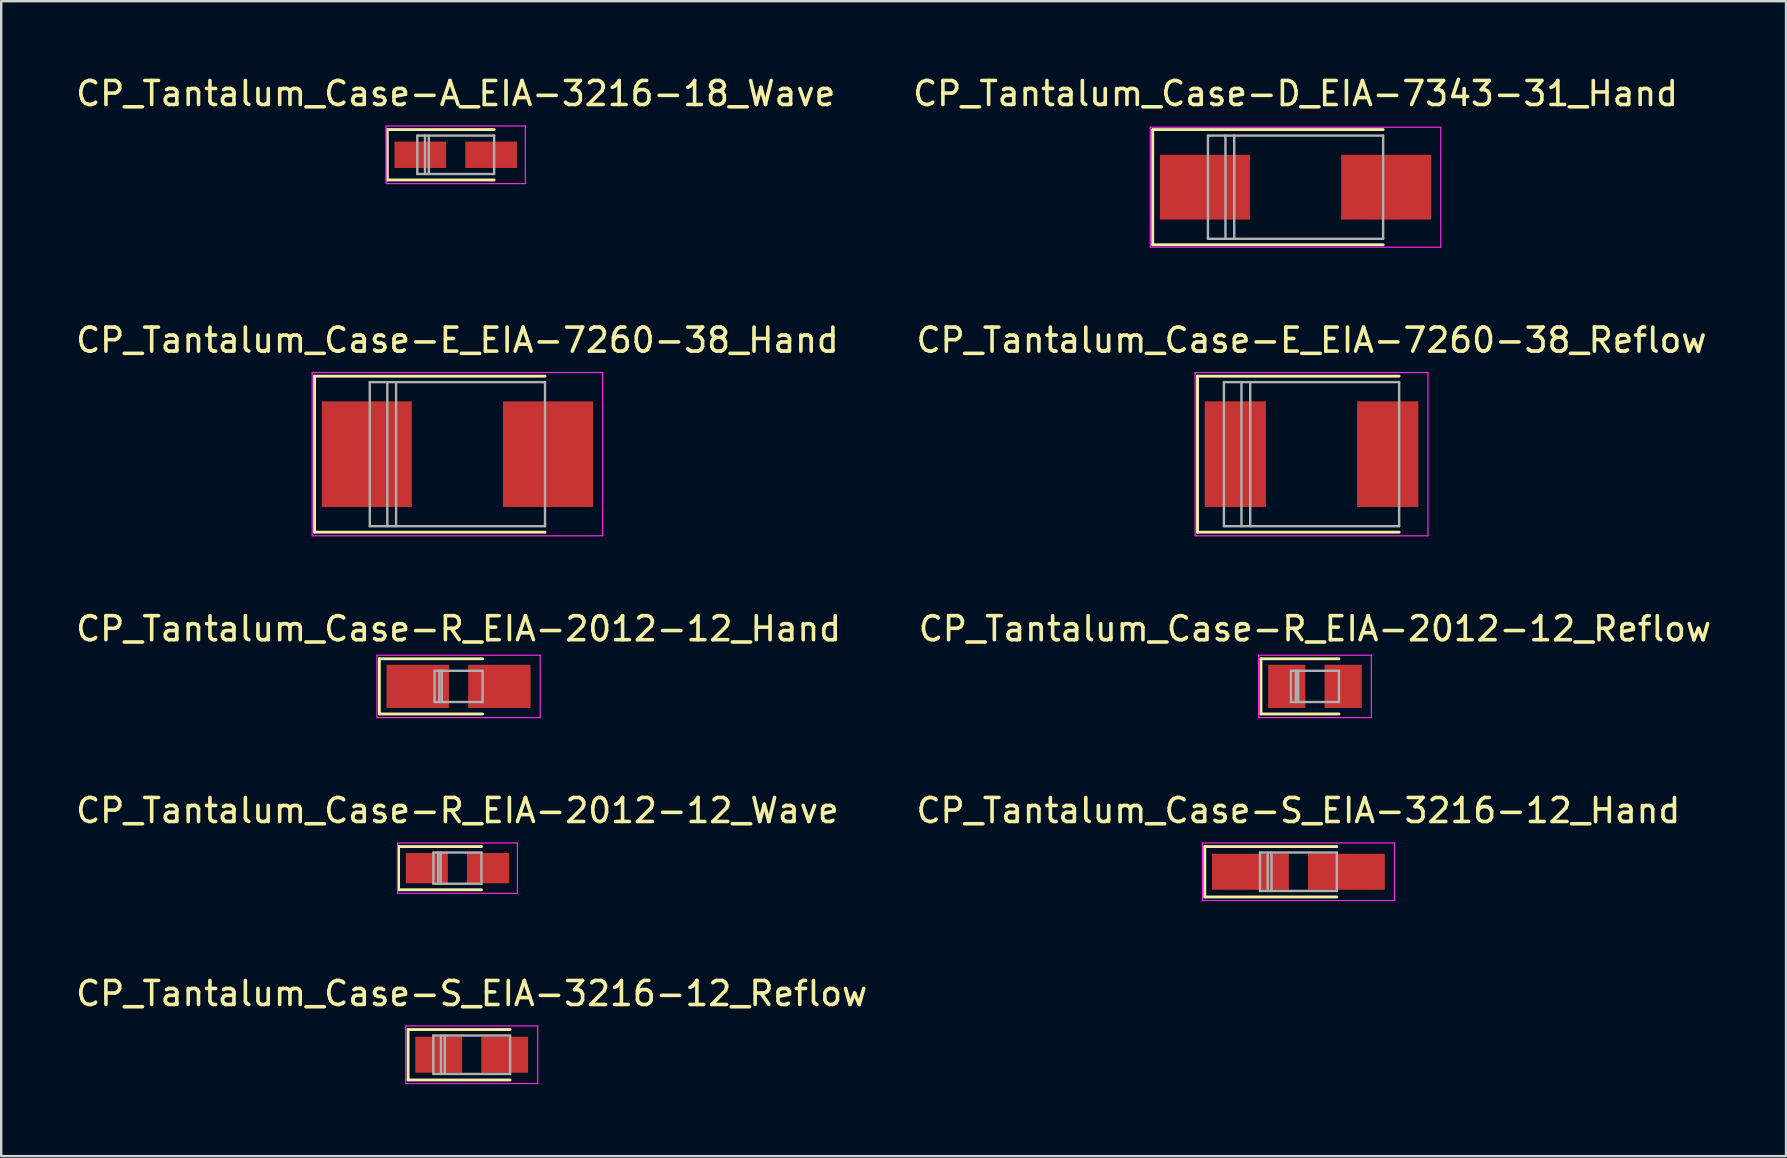
<source format=kicad_pcb>
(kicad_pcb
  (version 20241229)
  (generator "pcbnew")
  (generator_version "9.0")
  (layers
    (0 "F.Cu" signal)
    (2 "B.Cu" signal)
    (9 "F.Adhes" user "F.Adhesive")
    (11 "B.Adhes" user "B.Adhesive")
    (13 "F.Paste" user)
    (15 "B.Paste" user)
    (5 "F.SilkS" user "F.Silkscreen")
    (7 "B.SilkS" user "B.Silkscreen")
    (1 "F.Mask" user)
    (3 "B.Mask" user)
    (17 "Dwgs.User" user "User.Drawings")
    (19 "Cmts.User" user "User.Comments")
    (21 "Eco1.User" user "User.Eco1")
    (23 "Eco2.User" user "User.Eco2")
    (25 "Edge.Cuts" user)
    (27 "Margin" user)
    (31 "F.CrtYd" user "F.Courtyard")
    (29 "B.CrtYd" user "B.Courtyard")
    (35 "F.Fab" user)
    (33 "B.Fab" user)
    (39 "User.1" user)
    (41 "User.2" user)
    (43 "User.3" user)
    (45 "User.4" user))
  (footprint "CP_Tantalum_Case-A_EIA-3216-18_Wave"
    (layer "F.Cu")
    (at 15.935 3.398)
    (property "Reference" "CP_Tantalum_Case-A_EIA-3216-18_Wave" (at 0 -2.55 0) (layer "F.SilkS") (effects (font (size 1 1) (thickness 0.15))))
    (attr smd)
    (fp_line (start -2.85 -1.05) (end -2.85 1.05) (stroke (width 0.12) (type solid)) (layer "F.SilkS"))
    (fp_line (start -2.85 -1.05) (end 1.6 -1.05) (stroke (width 0.12) (type solid)) (layer "F.SilkS"))
    (fp_line (start -2.85 1.05) (end 1.6 1.05) (stroke (width 0.12) (type solid)) (layer "F.SilkS"))
    (fp_line (start -2.9 -1.2) (end -2.9 1.2) (stroke (width 0.05) (type solid)) (layer "F.CrtYd"))
    (fp_line (start -2.9 1.2) (end 2.9 1.2) (stroke (width 0.05) (type solid)) (layer "F.CrtYd"))
    (fp_line (start 2.9 -1.2) (end -2.9 -1.2) (stroke (width 0.05) (type solid)) (layer "F.CrtYd"))
    (fp_line (start 2.9 1.2) (end 2.9 -1.2) (stroke (width 0.05) (type solid)) (layer "F.CrtYd"))
    (fp_line (start -1.6 -0.8) (end -1.6 0.8) (stroke (width 0.1) (type solid)) (layer "F.Fab"))
    (fp_line (start -1.6 0.8) (end 1.6 0.8) (stroke (width 0.1) (type solid)) (layer "F.Fab"))
    (fp_line (start -1.28 -0.8) (end -1.28 0.8) (stroke (width 0.1) (type solid)) (layer "F.Fab"))
    (fp_line (start -1.12 -0.8) (end -1.12 0.8) (stroke (width 0.1) (type solid)) (layer "F.Fab"))
    (fp_line (start 1.6 -0.8) (end -1.6 -0.8) (stroke (width 0.1) (type solid)) (layer "F.Fab"))
    (fp_line (start 1.6 0.8) (end 1.6 -0.8) (stroke (width 0.1) (type solid)) (layer "F.Fab"))
    (pad "1" smd rect (at -1.475 0) (size 2.15 1.1) (layers "F.Cu" "F.Mask" "F.Paste"))
    (pad "2" smd rect (at 1.475 0) (size 2.15 1.1) (layers "F.Cu" "F.Mask" "F.Paste")))
  (footprint "CP_Tantalum_Case-R_EIA-2012-12_Hand"
    (layer "F.Cu")
    (at 16.054 25.545)
    (property "Reference" "CP_Tantalum_Case-R_EIA-2012-12_Hand" (at 0 -2.4 0) (layer "F.SilkS") (effects (font (size 1 1) (thickness 0.15))))
    (attr smd)
    (fp_line (start -3.3 -1.15) (end -3.3 1.15) (stroke (width 0.12) (type solid)) (layer "F.SilkS"))
    (fp_line (start -3.3 -1.15) (end 1 -1.15) (stroke (width 0.12) (type solid)) (layer "F.SilkS"))
    (fp_line (start -3.3 1.15) (end 1 1.15) (stroke (width 0.12) (type solid)) (layer "F.SilkS"))
    (fp_line (start -3.4 -1.3) (end -3.4 1.3) (stroke (width 0.05) (type solid)) (layer "F.CrtYd"))
    (fp_line (start -3.4 1.3) (end 3.4 1.3) (stroke (width 0.05) (type solid)) (layer "F.CrtYd"))
    (fp_line (start 3.4 -1.3) (end -3.4 -1.3) (stroke (width 0.05) (type solid)) (layer "F.CrtYd"))
    (fp_line (start 3.4 1.3) (end 3.4 -1.3) (stroke (width 0.05) (type solid)) (layer "F.CrtYd"))
    (fp_line (start -1 -0.65) (end -1 0.65) (stroke (width 0.1) (type solid)) (layer "F.Fab"))
    (fp_line (start -1 0.65) (end 1 0.65) (stroke (width 0.1) (type solid)) (layer "F.Fab"))
    (fp_line (start -0.8 -0.65) (end -0.8 0.65) (stroke (width 0.1) (type solid)) (layer "F.Fab"))
    (fp_line (start -0.7 -0.65) (end -0.7 0.65) (stroke (width 0.1) (type solid)) (layer "F.Fab"))
    (fp_line (start 1 -0.65) (end -1 -0.65) (stroke (width 0.1) (type solid)) (layer "F.Fab"))
    (fp_line (start 1 0.65) (end 1 -0.65) (stroke (width 0.1) (type solid)) (layer "F.Fab"))
    (pad "1" smd rect (at -1.7 0) (size 2.6 1.8) (layers "F.Cu" "F.Mask" "F.Paste"))
    (pad "2" smd rect (at 1.7 0) (size 2.6 1.8) (layers "F.Cu" "F.Mask" "F.Paste")))
  (footprint "CP_Tantalum_Case-E_EIA-7260-38_Hand"
    (layer "F.Cu")
    (at 16.006 15.871)
    (property "Reference" "CP_Tantalum_Case-E_EIA-7260-38_Hand" (at 0 -4.75 0) (layer "F.SilkS") (effects (font (size 1 1) (thickness 0.15))))
    (attr smd)
    (fp_line (start -5.95 -3.25) (end -5.95 3.25) (stroke (width 0.12) (type solid)) (layer "F.SilkS"))
    (fp_line (start -5.95 -3.25) (end 3.65 -3.25) (stroke (width 0.12) (type solid)) (layer "F.SilkS"))
    (fp_line (start -5.95 3.25) (end 3.65 3.25) (stroke (width 0.12) (type solid)) (layer "F.SilkS"))
    (fp_line (start -6.05 -3.4) (end -6.05 3.4) (stroke (width 0.05) (type solid)) (layer "F.CrtYd"))
    (fp_line (start -6.05 3.4) (end 6.05 3.4) (stroke (width 0.05) (type solid)) (layer "F.CrtYd"))
    (fp_line (start 6.05 -3.4) (end -6.05 -3.4) (stroke (width 0.05) (type solid)) (layer "F.CrtYd"))
    (fp_line (start 6.05 3.4) (end 6.05 -3.4) (stroke (width 0.05) (type solid)) (layer "F.CrtYd"))
    (fp_line (start -3.65 -3) (end -3.65 3) (stroke (width 0.1) (type solid)) (layer "F.Fab"))
    (fp_line (start -3.65 3) (end 3.65 3) (stroke (width 0.1) (type solid)) (layer "F.Fab"))
    (fp_line (start -2.92 -3) (end -2.92 3) (stroke (width 0.1) (type solid)) (layer "F.Fab"))
    (fp_line (start -2.555 -3) (end -2.555 3) (stroke (width 0.1) (type solid)) (layer "F.Fab"))
    (fp_line (start 3.65 -3) (end -3.65 -3) (stroke (width 0.1) (type solid)) (layer "F.Fab"))
    (fp_line (start 3.65 3) (end 3.65 -3) (stroke (width 0.1) (type solid)) (layer "F.Fab"))
    (pad "1" smd rect (at -3.775 0) (size 3.75 4.4) (layers "F.Cu" "F.Mask" "F.Paste"))
    (pad "2" smd rect (at 3.775 0) (size 3.75 4.4) (layers "F.Cu" "F.Mask" "F.Paste")))
  (footprint "CP_Tantalum_Case-S_EIA-3216-12_Hand"
    (layer "F.Cu")
    (at 51.042 33.268)
    (property "Reference" "CP_Tantalum_Case-S_EIA-3216-12_Hand" (at 0 -2.55 0) (layer "F.SilkS") (effects (font (size 1 1) (thickness 0.15))))
    (attr smd)
    (fp_line (start -3.9 -1.05) (end -3.9 1.05) (stroke (width 0.12) (type solid)) (layer "F.SilkS"))
    (fp_line (start -3.9 -1.05) (end 1.6 -1.05) (stroke (width 0.12) (type solid)) (layer "F.SilkS"))
    (fp_line (start -3.9 1.05) (end 1.6 1.05) (stroke (width 0.12) (type solid)) (layer "F.SilkS"))
    (fp_line (start -4 -1.2) (end -4 1.2) (stroke (width 0.05) (type solid)) (layer "F.CrtYd"))
    (fp_line (start -4 1.2) (end 4 1.2) (stroke (width 0.05) (type solid)) (layer "F.CrtYd"))
    (fp_line (start 4 -1.2) (end -4 -1.2) (stroke (width 0.05) (type solid)) (layer "F.CrtYd"))
    (fp_line (start 4 1.2) (end 4 -1.2) (stroke (width 0.05) (type solid)) (layer "F.CrtYd"))
    (fp_line (start -1.6 -0.8) (end -1.6 0.8) (stroke (width 0.1) (type solid)) (layer "F.Fab"))
    (fp_line (start -1.6 0.8) (end 1.6 0.8) (stroke (width 0.1) (type solid)) (layer "F.Fab"))
    (fp_line (start -1.28 -0.8) (end -1.28 0.8) (stroke (width 0.1) (type solid)) (layer "F.Fab"))
    (fp_line (start -1.12 -0.8) (end -1.12 0.8) (stroke (width 0.1) (type solid)) (layer "F.Fab"))
    (fp_line (start 1.6 -0.8) (end -1.6 -0.8) (stroke (width 0.1) (type solid)) (layer "F.Fab"))
    (fp_line (start 1.6 0.8) (end 1.6 -0.8) (stroke (width 0.1) (type solid)) (layer "F.Fab"))
    (pad "1" smd rect (at -2 0) (size 3.2 1.5) (layers "F.Cu" "F.Mask" "F.Paste"))
    (pad "2" smd rect (at 2 0) (size 3.2 1.5) (layers "F.Cu" "F.Mask" "F.Paste")))
  (footprint "CP_Tantalum_Case-R_EIA-2012-12_Wave"
    (layer "F.Cu")
    (at 16.006 33.118)
    (property "Reference" "CP_Tantalum_Case-R_EIA-2012-12_Wave" (at 0 -2.4 0) (layer "F.SilkS") (effects (font (size 1 1) (thickness 0.15))))
    (attr smd)
    (fp_line (start -2.45 -0.9) (end -2.45 0.9) (stroke (width 0.12) (type solid)) (layer "F.SilkS"))
    (fp_line (start -2.45 -0.9) (end 1 -0.9) (stroke (width 0.12) (type solid)) (layer "F.SilkS"))
    (fp_line (start -2.45 0.9) (end 1 0.9) (stroke (width 0.12) (type solid)) (layer "F.SilkS"))
    (fp_line (start -2.5 -1.05) (end -2.5 1.05) (stroke (width 0.05) (type solid)) (layer "F.CrtYd"))
    (fp_line (start -2.5 1.05) (end 2.5 1.05) (stroke (width 0.05) (type solid)) (layer "F.CrtYd"))
    (fp_line (start 2.5 -1.05) (end -2.5 -1.05) (stroke (width 0.05) (type solid)) (layer "F.CrtYd"))
    (fp_line (start 2.5 1.05) (end 2.5 -1.05) (stroke (width 0.05) (type solid)) (layer "F.CrtYd"))
    (fp_line (start -1 -0.65) (end -1 0.65) (stroke (width 0.1) (type solid)) (layer "F.Fab"))
    (fp_line (start -1 0.65) (end 1 0.65) (stroke (width 0.1) (type solid)) (layer "F.Fab"))
    (fp_line (start -0.8 -0.65) (end -0.8 0.65) (stroke (width 0.1) (type solid)) (layer "F.Fab"))
    (fp_line (start -0.7 -0.65) (end -0.7 0.65) (stroke (width 0.1) (type solid)) (layer "F.Fab"))
    (fp_line (start 1 -0.65) (end -1 -0.65) (stroke (width 0.1) (type solid)) (layer "F.Fab"))
    (fp_line (start 1 0.65) (end 1 -0.65) (stroke (width 0.1) (type solid)) (layer "F.Fab"))
    (pad "1" smd rect (at -1.275 0) (size 1.75 1.26) (layers "F.Cu" "F.Mask" "F.Paste"))
    (pad "2" smd rect (at 1.275 0) (size 1.75 1.26) (layers "F.Cu" "F.Mask" "F.Paste")))
  (footprint "CP_Tantalum_Case-E_EIA-7260-38_Reflow"
    (layer "F.Cu")
    (at 51.589 15.871)
    (property "Reference" "CP_Tantalum_Case-E_EIA-7260-38_Reflow" (at 0 -4.75 0) (layer "F.SilkS") (effects (font (size 1 1) (thickness 0.15))))
    (attr smd)
    (fp_line (start -4.75 -3.25) (end -4.75 3.25) (stroke (width 0.12) (type solid)) (layer "F.SilkS"))
    (fp_line (start -4.75 -3.25) (end 3.65 -3.25) (stroke (width 0.12) (type solid)) (layer "F.SilkS"))
    (fp_line (start -4.75 3.25) (end 3.65 3.25) (stroke (width 0.12) (type solid)) (layer "F.SilkS"))
    (fp_line (start -4.85 -3.4) (end -4.85 3.4) (stroke (width 0.05) (type solid)) (layer "F.CrtYd"))
    (fp_line (start -4.85 3.4) (end 4.85 3.4) (stroke (width 0.05) (type solid)) (layer "F.CrtYd"))
    (fp_line (start 4.85 -3.4) (end -4.85 -3.4) (stroke (width 0.05) (type solid)) (layer "F.CrtYd"))
    (fp_line (start 4.85 3.4) (end 4.85 -3.4) (stroke (width 0.05) (type solid)) (layer "F.CrtYd"))
    (fp_line (start -3.65 -3) (end -3.65 3) (stroke (width 0.1) (type solid)) (layer "F.Fab"))
    (fp_line (start -3.65 3) (end 3.65 3) (stroke (width 0.1) (type solid)) (layer "F.Fab"))
    (fp_line (start -2.92 -3) (end -2.92 3) (stroke (width 0.1) (type solid)) (layer "F.Fab"))
    (fp_line (start -2.555 -3) (end -2.555 3) (stroke (width 0.1) (type solid)) (layer "F.Fab"))
    (fp_line (start 3.65 -3) (end -3.65 -3) (stroke (width 0.1) (type solid)) (layer "F.Fab"))
    (fp_line (start 3.65 3) (end 3.65 -3) (stroke (width 0.1) (type solid)) (layer "F.Fab"))
    (pad "1" smd rect (at -3.175 0) (size 2.55 4.4) (layers "F.Cu" "F.Mask" "F.Paste"))
    (pad "2" smd rect (at 3.175 0) (size 2.55 4.4) (layers "F.Cu" "F.Mask" "F.Paste")))
  (footprint "CP_Tantalum_Case-D_EIA-7343-31_Hand"
    (layer "F.Cu")
    (at 50.923 4.748)
    (property "Reference" "CP_Tantalum_Case-D_EIA-7343-31_Hand" (at 0 -3.9 0) (layer "F.SilkS") (effects (font (size 1 1) (thickness 0.15))))
    (attr smd)
    (fp_line (start -5.95 -2.4) (end -5.95 2.4) (stroke (width 0.12) (type solid)) (layer "F.SilkS"))
    (fp_line (start -5.95 -2.4) (end 3.65 -2.4) (stroke (width 0.12) (type solid)) (layer "F.SilkS"))
    (fp_line (start -5.95 2.4) (end 3.65 2.4) (stroke (width 0.12) (type solid)) (layer "F.SilkS"))
    (fp_line (start -6.05 -2.5) (end -6.05 2.5) (stroke (width 0.05) (type solid)) (layer "F.CrtYd"))
    (fp_line (start -6.05 2.5) (end 6.05 2.5) (stroke (width 0.05) (type solid)) (layer "F.CrtYd"))
    (fp_line (start 6.05 -2.5) (end -6.05 -2.5) (stroke (width 0.05) (type solid)) (layer "F.CrtYd"))
    (fp_line (start 6.05 2.5) (end 6.05 -2.5) (stroke (width 0.05) (type solid)) (layer "F.CrtYd"))
    (fp_line (start -3.65 -2.15) (end -3.65 2.15) (stroke (width 0.1) (type solid)) (layer "F.Fab"))
    (fp_line (start -3.65 2.15) (end 3.65 2.15) (stroke (width 0.1) (type solid)) (layer "F.Fab"))
    (fp_line (start -2.92 -2.15) (end -2.92 2.15) (stroke (width 0.1) (type solid)) (layer "F.Fab"))
    (fp_line (start -2.555 -2.15) (end -2.555 2.15) (stroke (width 0.1) (type solid)) (layer "F.Fab"))
    (fp_line (start 3.65 -2.15) (end -3.65 -2.15) (stroke (width 0.1) (type solid)) (layer "F.Fab"))
    (fp_line (start 3.65 2.15) (end 3.65 -2.15) (stroke (width 0.1) (type solid)) (layer "F.Fab"))
    (pad "1" smd rect (at -3.775 0) (size 3.75 2.7) (layers "F.Cu" "F.Mask" "F.Paste"))
    (pad "2" smd rect (at 3.775 0) (size 3.75 2.7) (layers "F.Cu" "F.Mask" "F.Paste")))
  (footprint "CP_Tantalum_Case-R_EIA-2012-12_Reflow"
    (layer "F.Cu")
    (at 51.732 25.545)
    (property "Reference" "CP_Tantalum_Case-R_EIA-2012-12_Reflow" (at 0 -2.4 0) (layer "F.SilkS") (effects (font (size 1 1) (thickness 0.15))))
    (attr smd)
    (fp_line (start -2.25 -1.15) (end -2.25 1.15) (stroke (width 0.12) (type solid)) (layer "F.SilkS"))
    (fp_line (start -2.25 -1.15) (end 1 -1.15) (stroke (width 0.12) (type solid)) (layer "F.SilkS"))
    (fp_line (start -2.25 1.15) (end 1 1.15) (stroke (width 0.12) (type solid)) (layer "F.SilkS"))
    (fp_line (start -2.35 -1.3) (end -2.35 1.3) (stroke (width 0.05) (type solid)) (layer "F.CrtYd"))
    (fp_line (start -2.35 1.3) (end 2.35 1.3) (stroke (width 0.05) (type solid)) (layer "F.CrtYd"))
    (fp_line (start 2.35 -1.3) (end -2.35 -1.3) (stroke (width 0.05) (type solid)) (layer "F.CrtYd"))
    (fp_line (start 2.35 1.3) (end 2.35 -1.3) (stroke (width 0.05) (type solid)) (layer "F.CrtYd"))
    (fp_line (start -1 -0.65) (end -1 0.65) (stroke (width 0.1) (type solid)) (layer "F.Fab"))
    (fp_line (start -1 0.65) (end 1 0.65) (stroke (width 0.1) (type solid)) (layer "F.Fab"))
    (fp_line (start -0.8 -0.65) (end -0.8 0.65) (stroke (width 0.1) (type solid)) (layer "F.Fab"))
    (fp_line (start -0.7 -0.65) (end -0.7 0.65) (stroke (width 0.1) (type solid)) (layer "F.Fab"))
    (fp_line (start 1 -0.65) (end -1 -0.65) (stroke (width 0.1) (type solid)) (layer "F.Fab"))
    (fp_line (start 1 0.65) (end 1 -0.65) (stroke (width 0.1) (type solid)) (layer "F.Fab"))
    (pad "1" smd rect (at -1.175 0) (size 1.55 1.8) (layers "F.Cu" "F.Mask" "F.Paste"))
    (pad "2" smd rect (at 1.175 0) (size 1.55 1.8) (layers "F.Cu" "F.Mask" "F.Paste")))
  (footprint "CP_Tantalum_Case-S_EIA-3216-12_Reflow"
    (layer "F.Cu")
    (at 16.601 40.891)
    (property "Reference" "CP_Tantalum_Case-S_EIA-3216-12_Reflow" (at 0 -2.55 0) (layer "F.SilkS") (effects (font (size 1 1) (thickness 0.15))))
    (attr smd)
    (fp_line (start -2.65 -1.05) (end -2.65 1.05) (stroke (width 0.12) (type solid)) (layer "F.SilkS"))
    (fp_line (start -2.65 -1.05) (end 1.6 -1.05) (stroke (width 0.12) (type solid)) (layer "F.SilkS"))
    (fp_line (start -2.65 1.05) (end 1.6 1.05) (stroke (width 0.12) (type solid)) (layer "F.SilkS"))
    (fp_line (start -2.75 -1.2) (end -2.75 1.2) (stroke (width 0.05) (type solid)) (layer "F.CrtYd"))
    (fp_line (start -2.75 1.2) (end 2.75 1.2) (stroke (width 0.05) (type solid)) (layer "F.CrtYd"))
    (fp_line (start 2.75 -1.2) (end -2.75 -1.2) (stroke (width 0.05) (type solid)) (layer "F.CrtYd"))
    (fp_line (start 2.75 1.2) (end 2.75 -1.2) (stroke (width 0.05) (type solid)) (layer "F.CrtYd"))
    (fp_line (start -1.6 -0.8) (end -1.6 0.8) (stroke (width 0.1) (type solid)) (layer "F.Fab"))
    (fp_line (start -1.6 0.8) (end 1.6 0.8) (stroke (width 0.1) (type solid)) (layer "F.Fab"))
    (fp_line (start -1.28 -0.8) (end -1.28 0.8) (stroke (width 0.1) (type solid)) (layer "F.Fab"))
    (fp_line (start -1.12 -0.8) (end -1.12 0.8) (stroke (width 0.1) (type solid)) (layer "F.Fab"))
    (fp_line (start 1.6 -0.8) (end -1.6 -0.8) (stroke (width 0.1) (type solid)) (layer "F.Fab"))
    (fp_line (start 1.6 0.8) (end 1.6 -0.8) (stroke (width 0.1) (type solid)) (layer "F.Fab"))
    (pad "1" smd rect (at -1.375 0) (size 1.95 1.5) (layers "F.Cu" "F.Mask" "F.Paste"))
    (pad "2" smd rect (at 1.375 0) (size 1.95 1.5) (layers "F.Cu" "F.Mask" "F.Paste")))
  (gr_rect
    (start -3 -3)
    (end 71.357 45.116)
    (stroke (width 0.1) (type default))
    (fill no)
    (layer "Edge.Cuts")))
</source>
